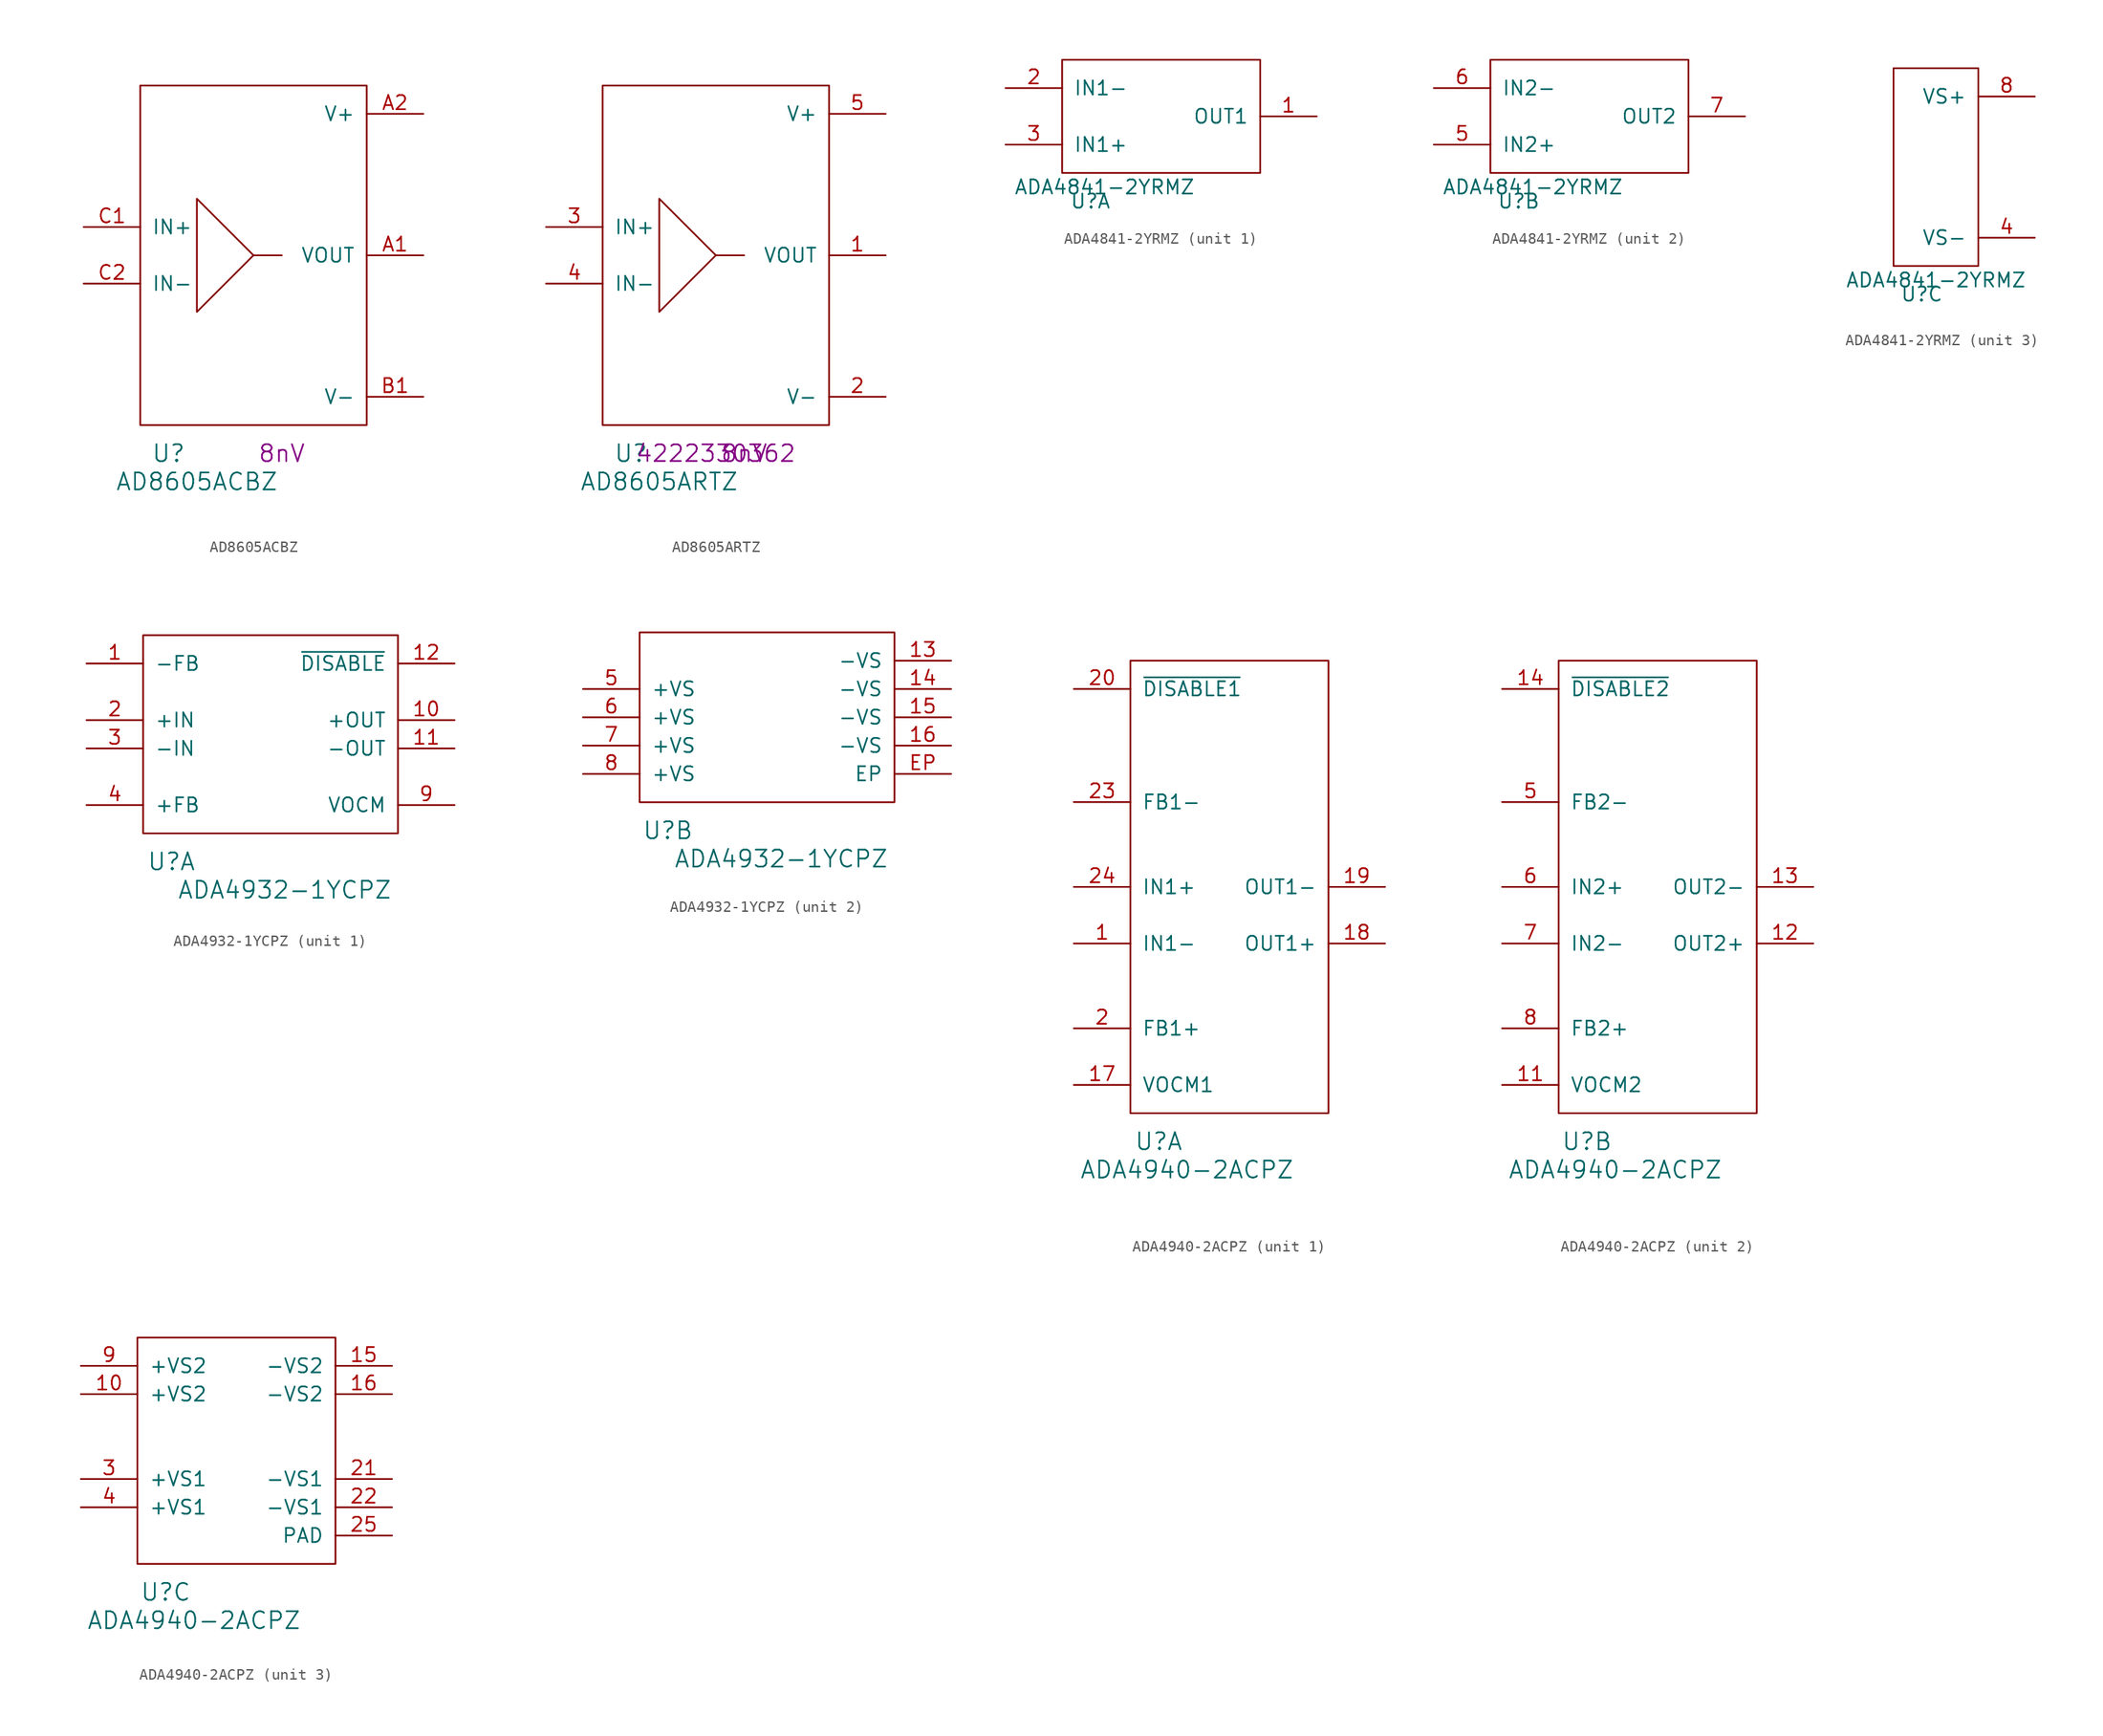
<source format=kicad_sym>
(kicad_symbol_lib
  (version 20220914)
  (generator kicad_symbol_editor)
  (symbol "AD8605ACBZ"
    (pin_names
      (offset 1.016))
    (property "Reference" "U"
      (at 2.54 -2.54 0)
      (effects (font (size 1.524 1.524))))
    (property "Value" "AD8605ACBZ"
      (at 5.08 -5.08 0)
      (effects (font (size 1.524 1.524))))
    (property "Noise" "8nV"
      (at 12.7 -2.54 0)
      (effects (font (size 1.524 1.524))))
    (symbol "AD8605ACBZ_1_1"
      (polyline (pts (xy 10.16 15.24) (xy 12.7 15.24)) (stroke (width 0) (type solid)) (fill (type none)))
      (polyline (pts (xy 10.16 15.24) (xy 5.08 20.32) (xy 5.08 10.16) (xy 10.16 15.24)) (stroke (width 0) (type solid)) (fill (type none)))
      (rectangle (start 0 0) (end 20.32 30.48) (stroke (width 0) (type solid)) (fill (type none)))
      (pin output line (at 25.4 15.24 180) (length 5.08) (name "VOUT" (effects (font (size 1.27 1.27)))) (number "A1" (effects (font (size 1.27 1.27)))))
      (pin power_in line (at 25.4 27.94 180) (length 5.08) (name "V+" (effects (font (size 1.27 1.27)))) (number "A2" (effects (font (size 1.27 1.27)))))
      (pin power_in line (at 25.4 2.54 180) (length 5.08) (name "V-" (effects (font (size 1.27 1.27)))) (number "B1" (effects (font (size 1.27 1.27)))))
      (pin input line (at -5.08 17.78 0) (length 5.08) (name "IN+" (effects (font (size 1.27 1.27)))) (number "C1" (effects (font (size 1.27 1.27)))))
      (pin input line (at -5.08 12.7 0) (length 5.08) (name "IN-" (effects (font (size 1.27 1.27)))) (number "C2" (effects (font (size 1.27 1.27)))))))
  (symbol "AD8605ARTZ"
    (pin_names
      (offset 1.016))
    (property "Reference" "U"
      (at 2.54 -2.54 0)
      (effects (font (size 1.524 1.524))))
    (property "Value" "AD8605ARTZ"
      (at 5.08 -5.08 0)
      (effects (font (size 1.524 1.524))))
    (property "Noise" "8nV"
      (at 12.7 -2.54 0)
      (effects (font (size 1.524 1.524))))
    (property "AC" "4222330362"
      (at 10.16 -2.54 0)
      (effects (font (size 1.499 1.499))))
    (symbol "AD8605ARTZ_1_1"
      (polyline (pts (xy 10.16 15.24) (xy 12.7 15.24)) (stroke (width 0) (type solid)) (fill (type none)))
      (polyline (pts (xy 10.16 15.24) (xy 5.08 20.32) (xy 5.08 10.16) (xy 10.16 15.24)) (stroke (width 0) (type solid)) (fill (type none)))
      (rectangle (start 0 0) (end 20.32 30.48) (stroke (width 0) (type solid)) (fill (type none)))
      (pin output line (at 25.4 15.24 180) (length 5.08) (name "VOUT" (effects (font (size 1.27 1.27)))) (number "1" (effects (font (size 1.27 1.27)))))
      (pin power_in line (at 25.4 2.54 180) (length 5.08) (name "V-" (effects (font (size 1.27 1.27)))) (number "2" (effects (font (size 1.27 1.27)))))
      (pin input line (at -5.08 17.78 0) (length 5.08) (name "IN+" (effects (font (size 1.27 1.27)))) (number "3" (effects (font (size 1.27 1.27)))))
      (pin input line (at -5.08 12.7 0) (length 5.08) (name "IN-" (effects (font (size 1.27 1.27)))) (number "4" (effects (font (size 1.27 1.27)))))
      (pin power_in line (at 25.4 27.94 180) (length 5.08) (name "V+" (effects (font (size 1.27 1.27)))) (number "5" (effects (font (size 1.27 1.27)))))))
  (symbol "ADA4841-2YRMZ"
    (pin_names
      (offset 1.016))
    (property "Reference" "U"
      (at 2.54 -2.54 0)
      (effects (font (size 1.27 1.27))))
    (property "Value" "ADA4841-2YRMZ"
      (at 3.81 -1.27 0)
      (effects (font (size 1.27 1.27))))
    (property "ki_locked" ""
      (at 0 0 0)
      (effects (font (size 1.27 1.27))))
    (symbol "ADA4841-2YRMZ_1_1"
      (rectangle (start 0 0) (end 17.78 10.16) (stroke (width 0) (type solid)) (fill (type none)))
      (pin output line (at 22.86 5.08 180) (length 5.08) (name "OUT1" (effects (font (size 1.27 1.27)))) (number "1" (effects (font (size 1.27 1.27)))))
      (pin input line (at -5.08 7.62 0) (length 5.08) (name "IN1-" (effects (font (size 1.27 1.27)))) (number "2" (effects (font (size 1.27 1.27)))))
      (pin input line (at -5.08 2.54 0) (length 5.08) (name "IN1+" (effects (font (size 1.27 1.27)))) (number "3" (effects (font (size 1.27 1.27))))))
    (symbol "ADA4841-2YRMZ_2_1"
      (rectangle (start 0 0) (end 17.78 10.16) (stroke (width 0) (type solid)) (fill (type none)))
      (pin input line (at -5.08 2.54 0) (length 5.08) (name "IN2+" (effects (font (size 1.27 1.27)))) (number "5" (effects (font (size 1.27 1.27)))))
      (pin input line (at -5.08 7.62 0) (length 5.08) (name "IN2-" (effects (font (size 1.27 1.27)))) (number "6" (effects (font (size 1.27 1.27)))))
      (pin output line (at 22.86 5.08 180) (length 5.08) (name "OUT2" (effects (font (size 1.27 1.27)))) (number "7" (effects (font (size 1.27 1.27))))))
    (symbol "ADA4841-2YRMZ_3_1"
      (rectangle (start 0 0) (end 7.62 17.78) (stroke (width 0) (type solid)) (fill (type none)))
      (pin power_in line (at 12.7 2.54 180) (length 5.08) (name "VS-" (effects (font (size 1.27 1.27)))) (number "4" (effects (font (size 1.27 1.27)))))
      (pin power_in line (at 12.7 15.24 180) (length 5.08) (name "VS+" (effects (font (size 1.27 1.27)))) (number "8" (effects (font (size 1.27 1.27)))))))
  (symbol "ADA4932-1YCPZ"
    (pin_names
      (offset 1.016))
    (property "Reference" "U"
      (at 2.54 -2.54 0)
      (effects (font (size 1.524 1.524))))
    (property "Value" "ADA4932-1YCPZ"
      (at 12.7 -5.08 0)
      (effects (font (size 1.524 1.524))))
    (property "ki_locked" ""
      (at 0 0 0)
      (effects (font (size 1.27 1.27))))
    (symbol "ADA4932-1YCPZ_1_1"
      (rectangle (start 0 17.78) (end 22.86 0) (stroke (width 0) (type solid)) (fill (type none)))
      (pin passive line (at -5.08 15.24 0) (length 5.08) (name "-FB" (effects (font (size 1.27 1.27)))) (number "1" (effects (font (size 1.27 1.27)))))
      (pin output line (at 27.94 10.16 180) (length 5.08) (name "+OUT" (effects (font (size 1.27 1.27)))) (number "10" (effects (font (size 1.27 1.27)))))
      (pin output line (at 27.94 7.62 180) (length 5.08) (name "-OUT" (effects (font (size 1.27 1.27)))) (number "11" (effects (font (size 1.27 1.27)))))
      (pin input line (at 27.94 15.24 180) (length 5.08) (name "~{DISABLE}" (effects (font (size 1.27 1.27)))) (number "12" (effects (font (size 1.27 1.27)))))
      (pin input line (at -5.08 10.16 0) (length 5.08) (name "+IN" (effects (font (size 1.27 1.27)))) (number "2" (effects (font (size 1.27 1.27)))))
      (pin input line (at -5.08 7.62 0) (length 5.08) (name "-IN" (effects (font (size 1.27 1.27)))) (number "3" (effects (font (size 1.27 1.27)))))
      (pin passive line (at -5.08 2.54 0) (length 5.08) (name "+FB" (effects (font (size 1.27 1.27)))) (number "4" (effects (font (size 1.27 1.27)))))
      (pin passive line (at 27.94 2.54 180) (length 5.08) (name "VOCM" (effects (font (size 1.27 1.27)))) (number "9" (effects (font (size 1.27 1.27))))))
    (symbol "ADA4932-1YCPZ_2_1"
      (rectangle (start 0 0) (end 22.86 15.24) (stroke (width 0) (type solid)) (fill (type none)))
      (pin power_in line (at 27.94 12.7 180) (length 5.08) (name "-VS" (effects (font (size 1.27 1.27)))) (number "13" (effects (font (size 1.27 1.27)))))
      (pin power_in line (at 27.94 10.16 180) (length 5.08) (name "-VS" (effects (font (size 1.27 1.27)))) (number "14" (effects (font (size 1.27 1.27)))))
      (pin power_in line (at 27.94 7.62 180) (length 5.08) (name "-VS" (effects (font (size 1.27 1.27)))) (number "15" (effects (font (size 1.27 1.27)))))
      (pin power_in line (at 27.94 5.08 180) (length 5.08) (name "-VS" (effects (font (size 1.27 1.27)))) (number "16" (effects (font (size 1.27 1.27)))))
      (pin power_in line (at -5.08 10.16 0) (length 5.08) (name "+VS" (effects (font (size 1.27 1.27)))) (number "5" (effects (font (size 1.27 1.27)))))
      (pin power_in line (at -5.08 7.62 0) (length 5.08) (name "+VS" (effects (font (size 1.27 1.27)))) (number "6" (effects (font (size 1.27 1.27)))))
      (pin power_in line (at -5.08 5.08 0) (length 5.08) (name "+VS" (effects (font (size 1.27 1.27)))) (number "7" (effects (font (size 1.27 1.27)))))
      (pin power_in line (at -5.08 2.54 0) (length 5.08) (name "+VS" (effects (font (size 1.27 1.27)))) (number "8" (effects (font (size 1.27 1.27)))))
      (pin power_in line (at 27.94 2.54 180) (length 5.08) (name "EP" (effects (font (size 1.27 1.27)))) (number "EP" (effects (font (size 1.27 1.27)))))))
  (symbol "ADA4940-2ACPZ"
    (pin_names
      (offset 1.016))
    (property "Reference" "U"
      (at 2.54 -2.54 0)
      (effects (font (size 1.524 1.524))))
    (property "Value" "ADA4940-2ACPZ"
      (at 5.08 -5.08 0)
      (effects (font (size 1.524 1.524))))
    (property "ki_locked" ""
      (at 0 0 0)
      (effects (font (size 1.27 1.27))))
    (symbol "ADA4940-2ACPZ_1_1"
      (rectangle (start 0 0) (end 17.78 40.64) (stroke (width 0) (type solid)) (fill (type none)))
      (pin input line (at -5.08 15.24 0) (length 5.08) (name "IN1-" (effects (font (size 1.27 1.27)))) (number "1" (effects (font (size 1.27 1.27)))))
      (pin input line (at -5.08 2.54 0) (length 5.08) (name "VOCM1" (effects (font (size 1.27 1.27)))) (number "17" (effects (font (size 1.27 1.27)))))
      (pin output line (at 22.86 15.24 180) (length 5.08) (name "OUT1+" (effects (font (size 1.27 1.27)))) (number "18" (effects (font (size 1.27 1.27)))))
      (pin output line (at 22.86 20.32 180) (length 5.08) (name "OUT1-" (effects (font (size 1.27 1.27)))) (number "19" (effects (font (size 1.27 1.27)))))
      (pin output line (at -5.08 7.62 0) (length 5.08) (name "FB1+" (effects (font (size 1.27 1.27)))) (number "2" (effects (font (size 1.27 1.27)))))
      (pin input line (at -5.08 38.1 0) (length 5.08) (name "~{DISABLE1}" (effects (font (size 1.27 1.27)))) (number "20" (effects (font (size 1.27 1.27)))))
      (pin output line (at -5.08 27.94 0) (length 5.08) (name "FB1-" (effects (font (size 1.27 1.27)))) (number "23" (effects (font (size 1.27 1.27)))))
      (pin input line (at -5.08 20.32 0) (length 5.08) (name "IN1+" (effects (font (size 1.27 1.27)))) (number "24" (effects (font (size 1.27 1.27))))))
    (symbol "ADA4940-2ACPZ_2_1"
      (rectangle (start 0 0) (end 17.78 40.64) (stroke (width 0) (type solid)) (fill (type none)))
      (pin input line (at -5.08 2.54 0) (length 5.08) (name "VOCM2" (effects (font (size 1.27 1.27)))) (number "11" (effects (font (size 1.27 1.27)))))
      (pin output line (at 22.86 15.24 180) (length 5.08) (name "OUT2+" (effects (font (size 1.27 1.27)))) (number "12" (effects (font (size 1.27 1.27)))))
      (pin output line (at 22.86 20.32 180) (length 5.08) (name "OUT2-" (effects (font (size 1.27 1.27)))) (number "13" (effects (font (size 1.27 1.27)))))
      (pin input line (at -5.08 38.1 0) (length 5.08) (name "~{DISABLE2}" (effects (font (size 1.27 1.27)))) (number "14" (effects (font (size 1.27 1.27)))))
      (pin input line (at -5.08 27.94 0) (length 5.08) (name "FB2-" (effects (font (size 1.27 1.27)))) (number "5" (effects (font (size 1.27 1.27)))))
      (pin input line (at -5.08 20.32 0) (length 5.08) (name "IN2+" (effects (font (size 1.27 1.27)))) (number "6" (effects (font (size 1.27 1.27)))))
      (pin input line (at -5.08 15.24 0) (length 5.08) (name "IN2-" (effects (font (size 1.27 1.27)))) (number "7" (effects (font (size 1.27 1.27)))))
      (pin input line (at -5.08 7.62 0) (length 5.08) (name "FB2+" (effects (font (size 1.27 1.27)))) (number "8" (effects (font (size 1.27 1.27))))))
    (symbol "ADA4940-2ACPZ_3_1"
      (rectangle (start 0 0) (end 17.78 20.32) (stroke (width 0) (type solid)) (fill (type none)))
      (pin power_in line (at -5.08 15.24 0) (length 5.08) (name "+VS2" (effects (font (size 1.27 1.27)))) (number "10" (effects (font (size 1.27 1.27)))))
      (pin power_in line (at 22.86 17.78 180) (length 5.08) (name "-VS2" (effects (font (size 1.27 1.27)))) (number "15" (effects (font (size 1.27 1.27)))))
      (pin power_in line (at 22.86 15.24 180) (length 5.08) (name "-VS2" (effects (font (size 1.27 1.27)))) (number "16" (effects (font (size 1.27 1.27)))))
      (pin power_in line (at 22.86 7.62 180) (length 5.08) (name "-VS1" (effects (font (size 1.27 1.27)))) (number "21" (effects (font (size 1.27 1.27)))))
      (pin power_in line (at 22.86 5.08 180) (length 5.08) (name "-VS1" (effects (font (size 1.27 1.27)))) (number "22" (effects (font (size 1.27 1.27)))))
      (pin power_in line (at 22.86 2.54 180) (length 5.08) (name "PAD" (effects (font (size 1.27 1.27)))) (number "25" (effects (font (size 1.27 1.27)))))
      (pin power_in line (at -5.08 7.62 0) (length 5.08) (name "+VS1" (effects (font (size 1.27 1.27)))) (number "3" (effects (font (size 1.27 1.27)))))
      (pin power_in line (at -5.08 5.08 0) (length 5.08) (name "+VS1" (effects (font (size 1.27 1.27)))) (number "4" (effects (font (size 1.27 1.27)))))
      (pin power_in line (at -5.08 17.78 0) (length 5.08) (name "+VS2" (effects (font (size 1.27 1.27)))) (number "9" (effects (font (size 1.27 1.27))))))))
</source>
